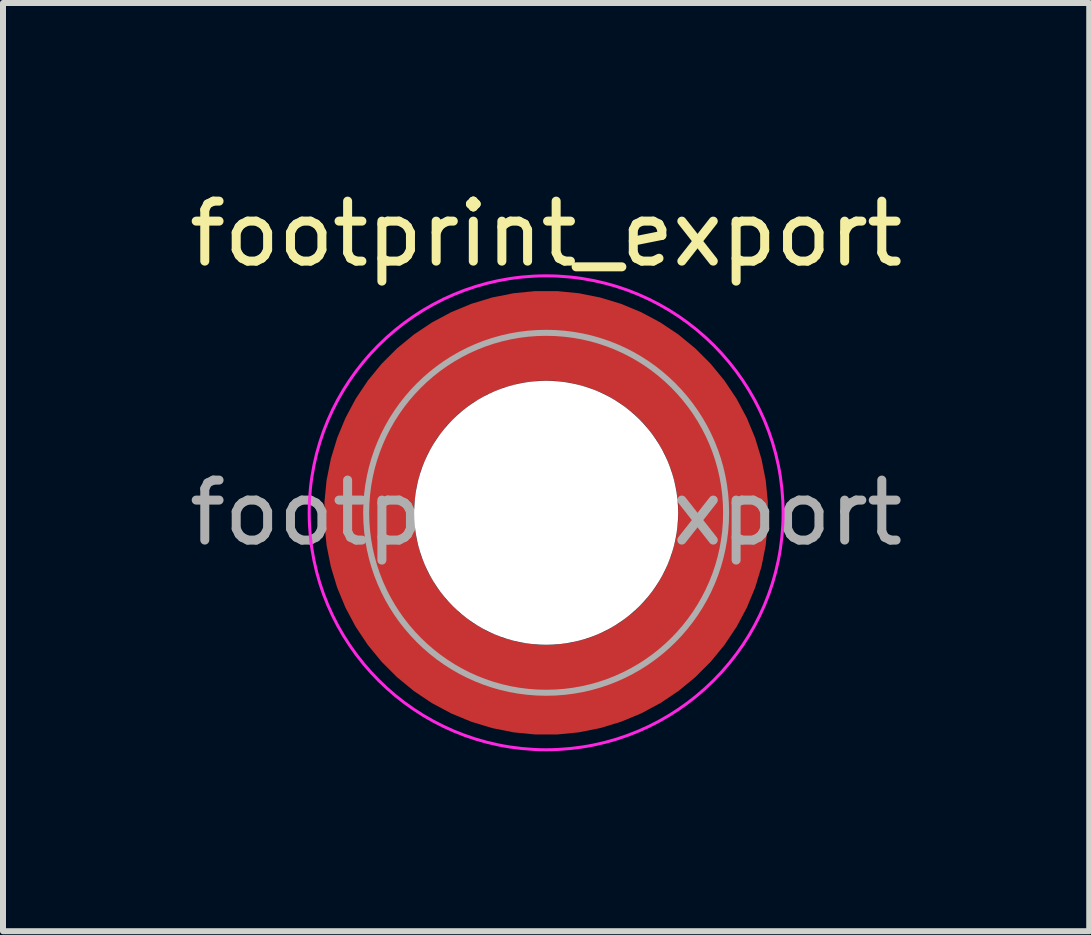
<source format=kicad_pcb>
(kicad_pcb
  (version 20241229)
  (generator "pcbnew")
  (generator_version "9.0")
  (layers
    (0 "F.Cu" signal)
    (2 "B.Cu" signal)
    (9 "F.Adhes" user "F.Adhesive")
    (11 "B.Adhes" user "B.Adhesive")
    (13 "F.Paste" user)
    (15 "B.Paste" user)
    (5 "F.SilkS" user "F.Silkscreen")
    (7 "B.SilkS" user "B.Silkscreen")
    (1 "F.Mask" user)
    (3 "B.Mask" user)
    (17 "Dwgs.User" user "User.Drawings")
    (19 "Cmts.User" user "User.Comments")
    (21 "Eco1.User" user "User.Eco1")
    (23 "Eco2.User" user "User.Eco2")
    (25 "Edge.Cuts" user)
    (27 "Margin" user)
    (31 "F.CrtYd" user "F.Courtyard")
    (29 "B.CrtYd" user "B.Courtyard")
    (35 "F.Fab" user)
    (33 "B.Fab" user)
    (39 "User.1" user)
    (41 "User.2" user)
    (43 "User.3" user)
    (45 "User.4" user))
  (footprint "footprint_export"
    (layer "F.Cu")
    (at 6.054 5.498)
    (property "Reference" "footprint_export" (at 0 -4.65 0) (layer "F.SilkS") (effects (font (size 1 1) (thickness 0.15))))
    (attr smd)
    (fp_circle (center 0 0) (end 3.95 0) (stroke (width 0.05) (type solid)) (fill no) (layer "F.CrtYd"))
    (fp_circle (center 0 0) (end 3 0) (stroke (width 0.1) (type solid)) (fill no) (layer "F.Fab"))
    (fp_text user "${REFERENCE}" (at 0 0 0) (layer "F.Fab") (effects (font (size 1 1) (thickness 0.15))))
    (pad "" smd custom (at -2.058 -2.058) (size 0.7 0.7) (layers "F.Paste") (options (anchor circle)) (primitives (gr_arc (start -0.377294 1.707681) (mid 0.317579 0.318817) (end 1.705947 -0.377044) (width 0.2)) (gr_arc (start -0.478281 1.707681) (mid 0.246161 0.248814) (end 1.703965 -0.477765) (width 0.2)) (gr_arc (start -0.579192 1.707681) (mid 0.175492 0.178063) (end 1.704077 -0.578711) (width 0.2)) (gr_arc (start -0.680037 1.707681) (mid 0.105568 0.106564) (end 1.706284 -0.679858) (width 0.2)) (gr_arc (start -0.780822 1.707681) (mid 0.034627 0.036085) (end 1.705634 -0.780569) (width 0.2)) (gr_arc (start -0.881554 1.707681) (mid -0.035694 -0.035016) (end 1.706729 -0.881441) (width 0.2)) (gr_arc (start -0.982237 1.707681) (mid -0.107281 -0.10485) (end 1.704266 -0.981842) (width 0.2)) (gr_arc (start -1.082877 1.707681) (mid -0.178372 -0.175181) (end 1.703197 -1.082374) (width 0.2)) (gr_arc (start -1.183476 1.707681) (mid -0.248964 -0.246008) (end 1.703525 -1.183025) (width 0.2)) (gr_arc (start -1.28404 1.707681) (mid -0.319062 -0.317333) (end 1.70525 -1.283784) (width 0.2)) (gr_line (start 1.708 -0.377) (end 1.708 -1.284) (width 0.2)) (gr_line (start -0.377 1.708) (end -1.284 1.708) (width 0.2))))
    (pad "" smd custom (at -2.058 2.058) (size 0.7 0.7) (layers "F.Paste") (options (anchor circle)) (primitives (gr_arc (start 1.707681 0.377294) (mid 0.318817 -0.317579) (end -0.377044 -1.705947) (width 0.2)) (gr_arc (start 1.707681 0.478281) (mid 0.248814 -0.246161) (end -0.477765 -1.703965) (width 0.2)) (gr_arc (start 1.707681 0.579192) (mid 0.178063 -0.175492) (end -0.578711 -1.704077) (width 0.2)) (gr_arc (start 1.707681 0.680037) (mid 0.106564 -0.105568) (end -0.679858 -1.706284) (width 0.2)) (gr_arc (start 1.707681 0.780822) (mid 0.036085 -0.034627) (end -0.780569 -1.705634) (width 0.2)) (gr_arc (start 1.707681 0.881554) (mid -0.035016 0.035694) (end -0.881441 -1.706729) (width 0.2)) (gr_arc (start 1.707681 0.982237) (mid -0.10485 0.107281) (end -0.981842 -1.704266) (width 0.2)) (gr_arc (start 1.707681 1.082877) (mid -0.175181 0.178372) (end -1.082374 -1.703197) (width 0.2)) (gr_arc (start 1.707681 1.183476) (mid -0.246008 0.248964) (end -1.183025 -1.703525) (width 0.2)) (gr_arc (start 1.707681 1.28404) (mid -0.317333 0.319062) (end -1.283784 -1.70525) (width 0.2)) (gr_line (start -0.377 -1.708) (end -1.284 -1.708) (width 0.2)) (gr_line (start 1.708 0.377) (end 1.708 1.284) (width 0.2))))
    (pad "" np_thru_hole circle (at 0 0) (size 4.4 4.4) (drill 4.4) (layers "*.Cu" "*.Mask"))
    (pad "" smd custom (at 2.058 -2.058) (size 0.7 0.7) (layers "F.Paste") (options (anchor circle)) (primitives (gr_arc (start -1.707681 -0.377294) (mid -0.318817 0.317579) (end 0.377044 1.705947) (width 0.2)) (gr_arc (start -1.707681 -0.478281) (mid -0.248814 0.246161) (end 0.477765 1.703965) (width 0.2)) (gr_arc (start -1.707681 -0.579192) (mid -0.178063 0.175492) (end 0.578711 1.704077) (width 0.2)) (gr_arc (start -1.707681 -0.680037) (mid -0.106564 0.105568) (end 0.679858 1.706284) (width 0.2)) (gr_arc (start -1.707681 -0.780822) (mid -0.036085 0.034627) (end 0.780569 1.705634) (width 0.2)) (gr_arc (start -1.707681 -0.881554) (mid 0.035016 -0.035694) (end 0.881441 1.706729) (width 0.2)) (gr_arc (start -1.707681 -0.982237) (mid 0.10485 -0.107281) (end 0.981842 1.704266) (width 0.2)) (gr_arc (start -1.707681 -1.082877) (mid 0.175181 -0.178372) (end 1.082374 1.703197) (width 0.2)) (gr_arc (start -1.707681 -1.183476) (mid 0.246008 -0.248964) (end 1.183025 1.703525) (width 0.2)) (gr_arc (start -1.707681 -1.28404) (mid 0.317333 -0.319062) (end 1.283784 1.70525) (width 0.2)) (gr_line (start 0.377 1.708) (end 1.284 1.708) (width 0.2)) (gr_line (start -1.708 -0.377) (end -1.708 -1.284) (width 0.2))))
    (pad "" smd custom (at 2.058 2.058) (size 0.7 0.7) (layers "F.Paste") (options (anchor circle)) (primitives (gr_arc (start 0.377294 -1.707681) (mid -0.317579 -0.318817) (end -1.705947 0.377044) (width 0.2)) (gr_arc (start 0.478281 -1.707681) (mid -0.246161 -0.248814) (end -1.703965 0.477765) (width 0.2)) (gr_arc (start 0.579192 -1.707681) (mid -0.175492 -0.178063) (end -1.704077 0.578711) (width 0.2)) (gr_arc (start 0.680037 -1.707681) (mid -0.105568 -0.106564) (end -1.706284 0.679858) (width 0.2)) (gr_arc (start 0.780822 -1.707681) (mid -0.034627 -0.036085) (end -1.705634 0.780569) (width 0.2)) (gr_arc (start 0.881554 -1.707681) (mid 0.035694 0.035016) (end -1.706729 0.881441) (width 0.2)) (gr_arc (start 0.982237 -1.707681) (mid 0.107281 0.10485) (end -1.704266 0.981842) (width 0.2)) (gr_arc (start 1.082877 -1.707681) (mid 0.178372 0.175181) (end -1.703197 1.082374) (width 0.2)) (gr_arc (start 1.183476 -1.707681) (mid 0.248964 0.246008) (end -1.703525 1.183025) (width 0.2)) (gr_arc (start 1.28404 -1.707681) (mid 0.319062 0.317333) (end -1.70525 1.283784) (width 0.2)) (gr_line (start -1.708 0.377) (end -1.708 1.284) (width 0.2)) (gr_line (start 0.377 -1.708) (end 1.284 -1.708) (width 0.2))))
    (pad "1" smd circle (at -2.95 0) (size 1.1 1.1) (layers "F.Cu"))
    (pad "1" smd circle (at 0 -2.95) (size 1.1 1.1) (layers "F.Cu"))
    (pad "1" smd circle (at 0 2.95) (size 1.1 1.1) (layers "F.Cu"))
    (pad "1" smd custom (at 2.95 0) (size 1.1 1.1) (layers "F.Cu" "F.Mask") (options (anchor circle)) (primitives (gr_circle (center -2.95 0) (end 0 0) (width 1.5) (fill no)))))
  (gr_rect
    (start -3 -3)
    (end 15.107 12.473)
    (stroke (width 0.1) (type default))
    (fill no)
    (layer "Edge.Cuts")))
</source>
